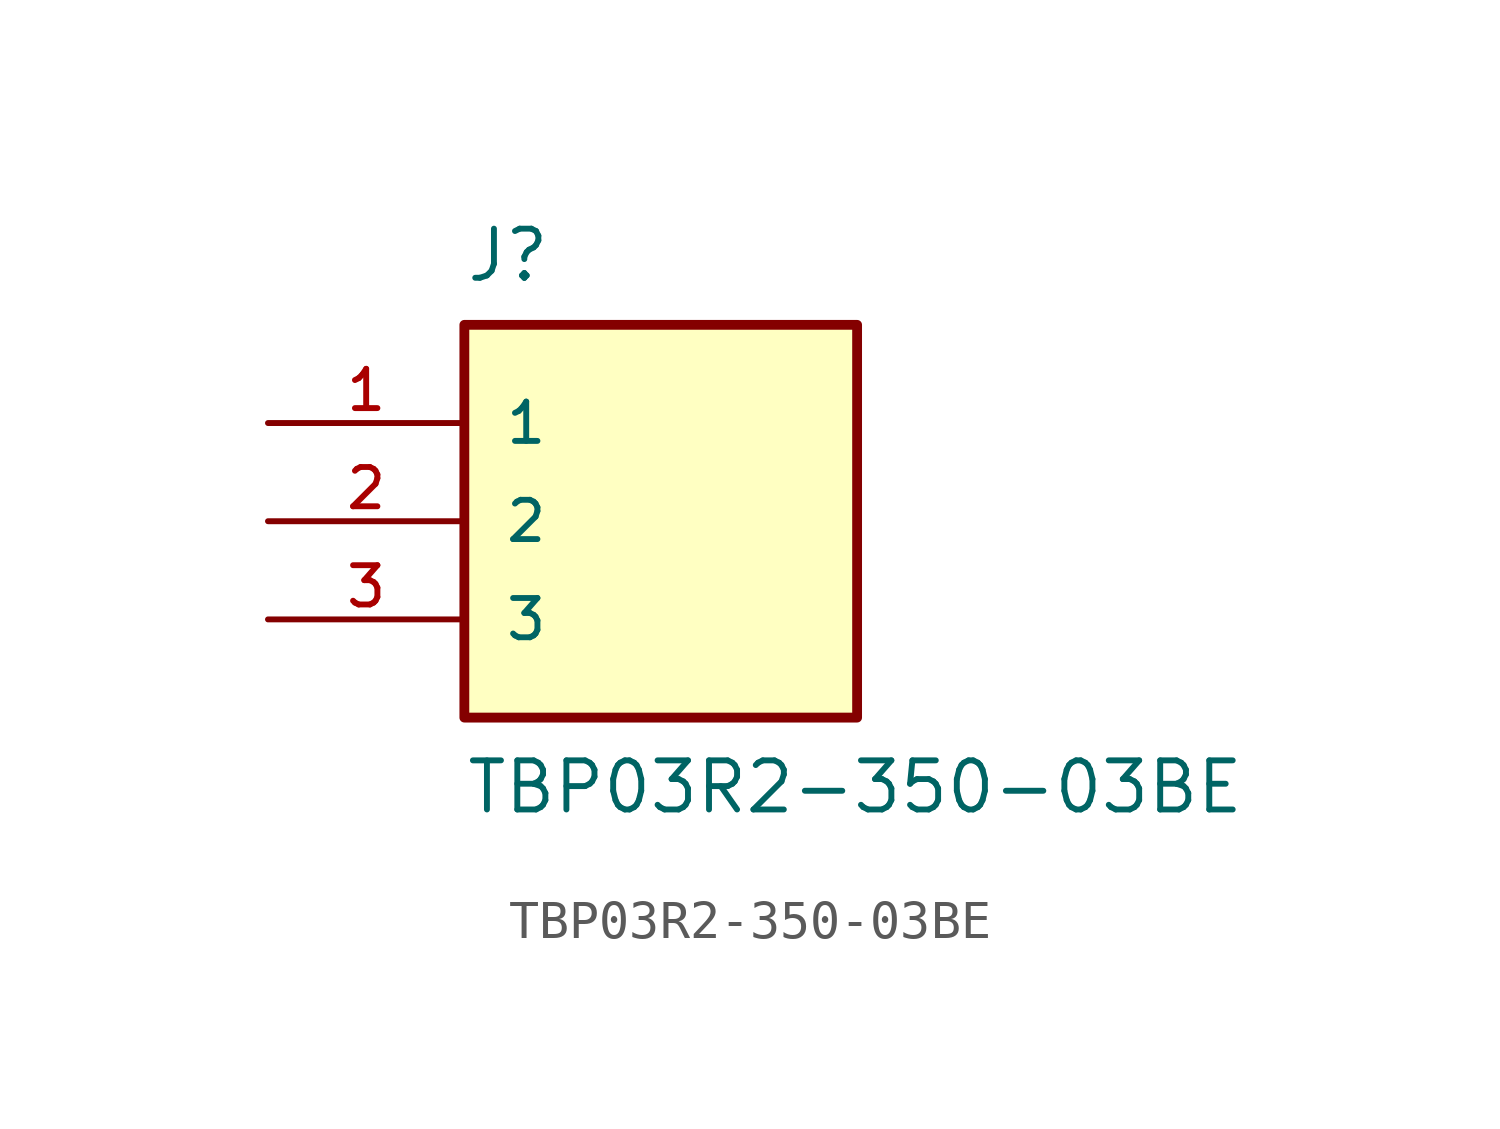
<source format=kicad_sym>
(kicad_symbol_lib
  (version 20231120)
  (generator "kicad_symbol_editor")
  (generator_version "8.0")
  (symbol "TBP03R2-350-03BE"
    (pin_names
      (offset 1.016))
    (property "Reference" "J"
      (at -5.08 7.62 0)
      (effects (font (size 1.27 1.27)) (justify left top)))
    (property "Value" "TBP03R2-350-03BE"
      (at -5.08 -7.62 0)
      (effects (font (size 1.27 1.27)) (justify left bottom)))
    (symbol "TBP03R2-350-03BE_0_0"
      (rectangle (start -5.08 -5.08) (end 5.08 5.08) (stroke (width 0.254) (type default)) (fill (type background)))
      (pin passive line (at -10.16 2.54 0) (length 5.08) (name "1" (effects (font (size 1.016 1.016)))) (number "1" (effects (font (size 1.016 1.016)))))
      (pin passive line (at -10.16 0 0) (length 5.08) (name "2" (effects (font (size 1.016 1.016)))) (number "2" (effects (font (size 1.016 1.016)))))
      (pin passive line (at -10.16 -2.54 0) (length 5.08) (name "3" (effects (font (size 1.016 1.016)))) (number "3" (effects (font (size 1.016 1.016))))))))
</source>
